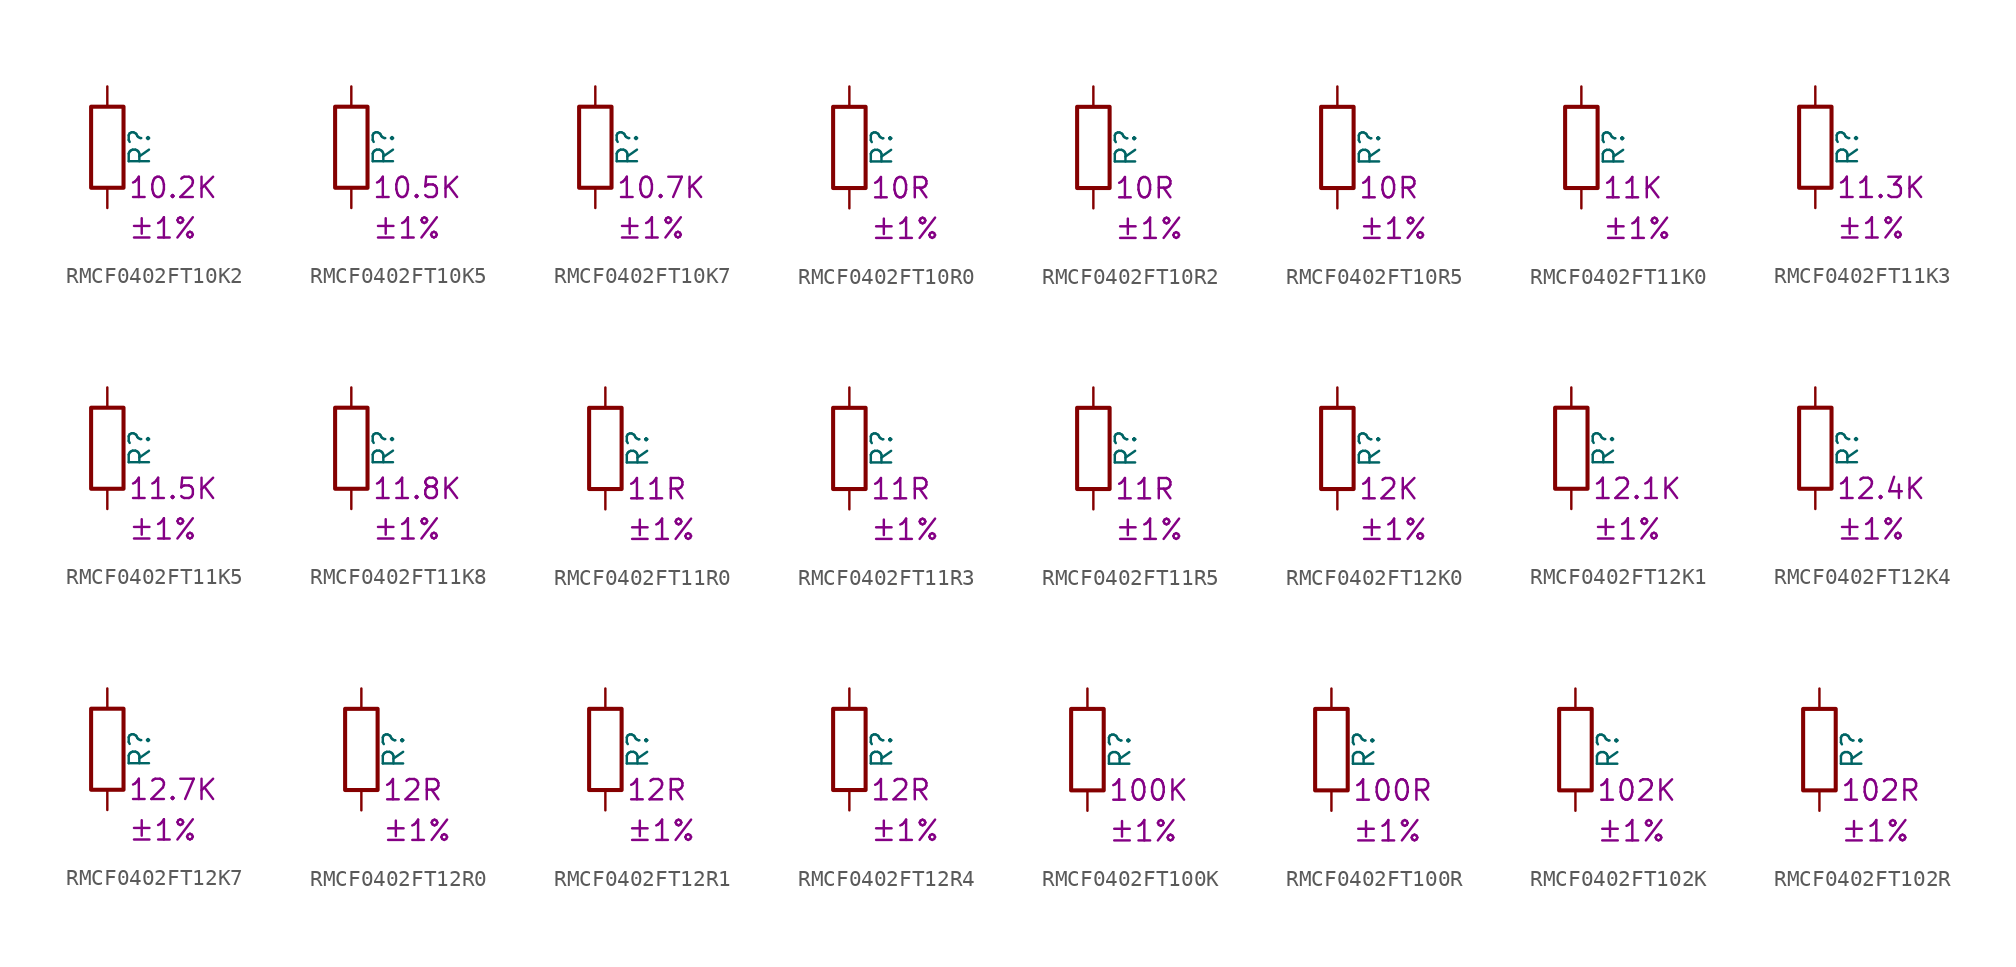
<source format=kicad_sym>
(kicad_symbol_lib
  (version 20220914)
  (generator kicad_symbol_editor)
  (symbol "RMCF0402FT10K2"
    (pin_numbers hide)
    (pin_names
      (offset 0))
    (property "Reference" "R"
      (at 2.032 0 90)
      (effects (font (size 1.27 1.27))))
    (property "Resistance" "10.2K"
      (at 1.27 -2.54 0)
      (effects (font (size 1.27 1.27)) (justify left)))
    (property "Tolerance" "±1%"
      (at 1.27 -5.08 0)
      (effects (font (size 1.27 1.27)) (justify left)))
    (symbol "RMCF0402FT10K2_0_1"
      (rectangle (start -1.016 -2.54) (end 1.016 2.54) (stroke (width 0.254) (type default)) (fill (type none))))
    (symbol "RMCF0402FT10K2_1_1"
      (pin passive line (at 0 3.81 270) (length 1.27) (name "~" (effects (font (size 1.27 1.27)))) (number "1" (effects (font (size 1.27 1.27)))))
      (pin passive line (at 0 -3.81 90) (length 1.27) (name "~" (effects (font (size 1.27 1.27)))) (number "2" (effects (font (size 1.27 1.27)))))))
  (symbol "RMCF0402FT10K5"
    (pin_numbers hide)
    (pin_names
      (offset 0))
    (property "Reference" "R"
      (at 2.032 0 90)
      (effects (font (size 1.27 1.27))))
    (property "Resistance" "10.5K"
      (at 1.27 -2.54 0)
      (effects (font (size 1.27 1.27)) (justify left)))
    (property "Tolerance" "±1%"
      (at 1.27 -5.08 0)
      (effects (font (size 1.27 1.27)) (justify left)))
    (symbol "RMCF0402FT10K5_0_1"
      (rectangle (start -1.016 -2.54) (end 1.016 2.54) (stroke (width 0.254) (type default)) (fill (type none))))
    (symbol "RMCF0402FT10K5_1_1"
      (pin passive line (at 0 3.81 270) (length 1.27) (name "~" (effects (font (size 1.27 1.27)))) (number "1" (effects (font (size 1.27 1.27)))))
      (pin passive line (at 0 -3.81 90) (length 1.27) (name "~" (effects (font (size 1.27 1.27)))) (number "2" (effects (font (size 1.27 1.27)))))))
  (symbol "RMCF0402FT10K7"
    (pin_numbers hide)
    (pin_names
      (offset 0))
    (property "Reference" "R"
      (at 2.032 0 90)
      (effects (font (size 1.27 1.27))))
    (property "Resistance" "10.7K"
      (at 1.27 -2.54 0)
      (effects (font (size 1.27 1.27)) (justify left)))
    (property "Tolerance" "±1%"
      (at 1.27 -5.08 0)
      (effects (font (size 1.27 1.27)) (justify left)))
    (symbol "RMCF0402FT10K7_0_1"
      (rectangle (start -1.016 -2.54) (end 1.016 2.54) (stroke (width 0.254) (type default)) (fill (type none))))
    (symbol "RMCF0402FT10K7_1_1"
      (pin passive line (at 0 3.81 270) (length 1.27) (name "~" (effects (font (size 1.27 1.27)))) (number "1" (effects (font (size 1.27 1.27)))))
      (pin passive line (at 0 -3.81 90) (length 1.27) (name "~" (effects (font (size 1.27 1.27)))) (number "2" (effects (font (size 1.27 1.27)))))))
  (symbol "RMCF0402FT10R0"
    (pin_numbers hide)
    (pin_names
      (offset 0))
    (property "Reference" "R"
      (at 2.032 0 90)
      (effects (font (size 1.27 1.27))))
    (property "Resistance" "10R"
      (at 1.27 -2.54 0)
      (effects (font (size 1.27 1.27)) (justify left)))
    (property "Tolerance" "±1%"
      (at 1.27 -5.08 0)
      (effects (font (size 1.27 1.27)) (justify left)))
    (symbol "RMCF0402FT10R0_0_1"
      (rectangle (start -1.016 -2.54) (end 1.016 2.54) (stroke (width 0.254) (type default)) (fill (type none))))
    (symbol "RMCF0402FT10R0_1_1"
      (pin passive line (at 0 3.81 270) (length 1.27) (name "~" (effects (font (size 1.27 1.27)))) (number "1" (effects (font (size 1.27 1.27)))))
      (pin passive line (at 0 -3.81 90) (length 1.27) (name "~" (effects (font (size 1.27 1.27)))) (number "2" (effects (font (size 1.27 1.27)))))))
  (symbol "RMCF0402FT10R2"
    (pin_numbers hide)
    (pin_names
      (offset 0))
    (property "Reference" "R"
      (at 2.032 0 90)
      (effects (font (size 1.27 1.27))))
    (property "Resistance" "10R"
      (at 1.27 -2.54 0)
      (effects (font (size 1.27 1.27)) (justify left)))
    (property "Tolerance" "±1%"
      (at 1.27 -5.08 0)
      (effects (font (size 1.27 1.27)) (justify left)))
    (symbol "RMCF0402FT10R2_0_1"
      (rectangle (start -1.016 -2.54) (end 1.016 2.54) (stroke (width 0.254) (type default)) (fill (type none))))
    (symbol "RMCF0402FT10R2_1_1"
      (pin passive line (at 0 3.81 270) (length 1.27) (name "~" (effects (font (size 1.27 1.27)))) (number "1" (effects (font (size 1.27 1.27)))))
      (pin passive line (at 0 -3.81 90) (length 1.27) (name "~" (effects (font (size 1.27 1.27)))) (number "2" (effects (font (size 1.27 1.27)))))))
  (symbol "RMCF0402FT10R5"
    (pin_numbers hide)
    (pin_names
      (offset 0))
    (property "Reference" "R"
      (at 2.032 0 90)
      (effects (font (size 1.27 1.27))))
    (property "Resistance" "10R"
      (at 1.27 -2.54 0)
      (effects (font (size 1.27 1.27)) (justify left)))
    (property "Tolerance" "±1%"
      (at 1.27 -5.08 0)
      (effects (font (size 1.27 1.27)) (justify left)))
    (symbol "RMCF0402FT10R5_0_1"
      (rectangle (start -1.016 -2.54) (end 1.016 2.54) (stroke (width 0.254) (type default)) (fill (type none))))
    (symbol "RMCF0402FT10R5_1_1"
      (pin passive line (at 0 3.81 270) (length 1.27) (name "~" (effects (font (size 1.27 1.27)))) (number "1" (effects (font (size 1.27 1.27)))))
      (pin passive line (at 0 -3.81 90) (length 1.27) (name "~" (effects (font (size 1.27 1.27)))) (number "2" (effects (font (size 1.27 1.27)))))))
  (symbol "RMCF0402FT11K0"
    (pin_numbers hide)
    (pin_names
      (offset 0))
    (property "Reference" "R"
      (at 2.032 0 90)
      (effects (font (size 1.27 1.27))))
    (property "Resistance" "11K"
      (at 1.27 -2.54 0)
      (effects (font (size 1.27 1.27)) (justify left)))
    (property "Tolerance" "±1%"
      (at 1.27 -5.08 0)
      (effects (font (size 1.27 1.27)) (justify left)))
    (symbol "RMCF0402FT11K0_0_1"
      (rectangle (start -1.016 -2.54) (end 1.016 2.54) (stroke (width 0.254) (type default)) (fill (type none))))
    (symbol "RMCF0402FT11K0_1_1"
      (pin passive line (at 0 3.81 270) (length 1.27) (name "~" (effects (font (size 1.27 1.27)))) (number "1" (effects (font (size 1.27 1.27)))))
      (pin passive line (at 0 -3.81 90) (length 1.27) (name "~" (effects (font (size 1.27 1.27)))) (number "2" (effects (font (size 1.27 1.27)))))))
  (symbol "RMCF0402FT11K3"
    (pin_numbers hide)
    (pin_names
      (offset 0))
    (property "Reference" "R"
      (at 2.032 0 90)
      (effects (font (size 1.27 1.27))))
    (property "Resistance" "11.3K"
      (at 1.27 -2.54 0)
      (effects (font (size 1.27 1.27)) (justify left)))
    (property "Tolerance" "±1%"
      (at 1.27 -5.08 0)
      (effects (font (size 1.27 1.27)) (justify left)))
    (symbol "RMCF0402FT11K3_0_1"
      (rectangle (start -1.016 -2.54) (end 1.016 2.54) (stroke (width 0.254) (type default)) (fill (type none))))
    (symbol "RMCF0402FT11K3_1_1"
      (pin passive line (at 0 3.81 270) (length 1.27) (name "~" (effects (font (size 1.27 1.27)))) (number "1" (effects (font (size 1.27 1.27)))))
      (pin passive line (at 0 -3.81 90) (length 1.27) (name "~" (effects (font (size 1.27 1.27)))) (number "2" (effects (font (size 1.27 1.27)))))))
  (symbol "RMCF0402FT11K5"
    (pin_numbers hide)
    (pin_names
      (offset 0))
    (property "Reference" "R"
      (at 2.032 0 90)
      (effects (font (size 1.27 1.27))))
    (property "Resistance" "11.5K"
      (at 1.27 -2.54 0)
      (effects (font (size 1.27 1.27)) (justify left)))
    (property "Tolerance" "±1%"
      (at 1.27 -5.08 0)
      (effects (font (size 1.27 1.27)) (justify left)))
    (symbol "RMCF0402FT11K5_0_1"
      (rectangle (start -1.016 -2.54) (end 1.016 2.54) (stroke (width 0.254) (type default)) (fill (type none))))
    (symbol "RMCF0402FT11K5_1_1"
      (pin passive line (at 0 3.81 270) (length 1.27) (name "~" (effects (font (size 1.27 1.27)))) (number "1" (effects (font (size 1.27 1.27)))))
      (pin passive line (at 0 -3.81 90) (length 1.27) (name "~" (effects (font (size 1.27 1.27)))) (number "2" (effects (font (size 1.27 1.27)))))))
  (symbol "RMCF0402FT11K8"
    (pin_numbers hide)
    (pin_names
      (offset 0))
    (property "Reference" "R"
      (at 2.032 0 90)
      (effects (font (size 1.27 1.27))))
    (property "Resistance" "11.8K"
      (at 1.27 -2.54 0)
      (effects (font (size 1.27 1.27)) (justify left)))
    (property "Tolerance" "±1%"
      (at 1.27 -5.08 0)
      (effects (font (size 1.27 1.27)) (justify left)))
    (symbol "RMCF0402FT11K8_0_1"
      (rectangle (start -1.016 -2.54) (end 1.016 2.54) (stroke (width 0.254) (type default)) (fill (type none))))
    (symbol "RMCF0402FT11K8_1_1"
      (pin passive line (at 0 3.81 270) (length 1.27) (name "~" (effects (font (size 1.27 1.27)))) (number "1" (effects (font (size 1.27 1.27)))))
      (pin passive line (at 0 -3.81 90) (length 1.27) (name "~" (effects (font (size 1.27 1.27)))) (number "2" (effects (font (size 1.27 1.27)))))))
  (symbol "RMCF0402FT11R0"
    (pin_numbers hide)
    (pin_names
      (offset 0))
    (property "Reference" "R"
      (at 2.032 0 90)
      (effects (font (size 1.27 1.27))))
    (property "Resistance" "11R"
      (at 1.27 -2.54 0)
      (effects (font (size 1.27 1.27)) (justify left)))
    (property "Tolerance" "±1%"
      (at 1.27 -5.08 0)
      (effects (font (size 1.27 1.27)) (justify left)))
    (symbol "RMCF0402FT11R0_0_1"
      (rectangle (start -1.016 -2.54) (end 1.016 2.54) (stroke (width 0.254) (type default)) (fill (type none))))
    (symbol "RMCF0402FT11R0_1_1"
      (pin passive line (at 0 3.81 270) (length 1.27) (name "~" (effects (font (size 1.27 1.27)))) (number "1" (effects (font (size 1.27 1.27)))))
      (pin passive line (at 0 -3.81 90) (length 1.27) (name "~" (effects (font (size 1.27 1.27)))) (number "2" (effects (font (size 1.27 1.27)))))))
  (symbol "RMCF0402FT11R3"
    (pin_numbers hide)
    (pin_names
      (offset 0))
    (property "Reference" "R"
      (at 2.032 0 90)
      (effects (font (size 1.27 1.27))))
    (property "Resistance" "11R"
      (at 1.27 -2.54 0)
      (effects (font (size 1.27 1.27)) (justify left)))
    (property "Tolerance" "±1%"
      (at 1.27 -5.08 0)
      (effects (font (size 1.27 1.27)) (justify left)))
    (symbol "RMCF0402FT11R3_0_1"
      (rectangle (start -1.016 -2.54) (end 1.016 2.54) (stroke (width 0.254) (type default)) (fill (type none))))
    (symbol "RMCF0402FT11R3_1_1"
      (pin passive line (at 0 3.81 270) (length 1.27) (name "~" (effects (font (size 1.27 1.27)))) (number "1" (effects (font (size 1.27 1.27)))))
      (pin passive line (at 0 -3.81 90) (length 1.27) (name "~" (effects (font (size 1.27 1.27)))) (number "2" (effects (font (size 1.27 1.27)))))))
  (symbol "RMCF0402FT11R5"
    (pin_numbers hide)
    (pin_names
      (offset 0))
    (property "Reference" "R"
      (at 2.032 0 90)
      (effects (font (size 1.27 1.27))))
    (property "Resistance" "11R"
      (at 1.27 -2.54 0)
      (effects (font (size 1.27 1.27)) (justify left)))
    (property "Tolerance" "±1%"
      (at 1.27 -5.08 0)
      (effects (font (size 1.27 1.27)) (justify left)))
    (symbol "RMCF0402FT11R5_0_1"
      (rectangle (start -1.016 -2.54) (end 1.016 2.54) (stroke (width 0.254) (type default)) (fill (type none))))
    (symbol "RMCF0402FT11R5_1_1"
      (pin passive line (at 0 3.81 270) (length 1.27) (name "~" (effects (font (size 1.27 1.27)))) (number "1" (effects (font (size 1.27 1.27)))))
      (pin passive line (at 0 -3.81 90) (length 1.27) (name "~" (effects (font (size 1.27 1.27)))) (number "2" (effects (font (size 1.27 1.27)))))))
  (symbol "RMCF0402FT12K0"
    (pin_numbers hide)
    (pin_names
      (offset 0))
    (property "Reference" "R"
      (at 2.032 0 90)
      (effects (font (size 1.27 1.27))))
    (property "Resistance" "12K"
      (at 1.27 -2.54 0)
      (effects (font (size 1.27 1.27)) (justify left)))
    (property "Tolerance" "±1%"
      (at 1.27 -5.08 0)
      (effects (font (size 1.27 1.27)) (justify left)))
    (symbol "RMCF0402FT12K0_0_1"
      (rectangle (start -1.016 -2.54) (end 1.016 2.54) (stroke (width 0.254) (type default)) (fill (type none))))
    (symbol "RMCF0402FT12K0_1_1"
      (pin passive line (at 0 3.81 270) (length 1.27) (name "~" (effects (font (size 1.27 1.27)))) (number "1" (effects (font (size 1.27 1.27)))))
      (pin passive line (at 0 -3.81 90) (length 1.27) (name "~" (effects (font (size 1.27 1.27)))) (number "2" (effects (font (size 1.27 1.27)))))))
  (symbol "RMCF0402FT12K1"
    (pin_numbers hide)
    (pin_names
      (offset 0))
    (property "Reference" "R"
      (at 2.032 0 90)
      (effects (font (size 1.27 1.27))))
    (property "Resistance" "12.1K"
      (at 1.27 -2.54 0)
      (effects (font (size 1.27 1.27)) (justify left)))
    (property "Tolerance" "±1%"
      (at 1.27 -5.08 0)
      (effects (font (size 1.27 1.27)) (justify left)))
    (symbol "RMCF0402FT12K1_0_1"
      (rectangle (start -1.016 -2.54) (end 1.016 2.54) (stroke (width 0.254) (type default)) (fill (type none))))
    (symbol "RMCF0402FT12K1_1_1"
      (pin passive line (at 0 3.81 270) (length 1.27) (name "~" (effects (font (size 1.27 1.27)))) (number "1" (effects (font (size 1.27 1.27)))))
      (pin passive line (at 0 -3.81 90) (length 1.27) (name "~" (effects (font (size 1.27 1.27)))) (number "2" (effects (font (size 1.27 1.27)))))))
  (symbol "RMCF0402FT12K4"
    (pin_numbers hide)
    (pin_names
      (offset 0))
    (property "Reference" "R"
      (at 2.032 0 90)
      (effects (font (size 1.27 1.27))))
    (property "Resistance" "12.4K"
      (at 1.27 -2.54 0)
      (effects (font (size 1.27 1.27)) (justify left)))
    (property "Tolerance" "±1%"
      (at 1.27 -5.08 0)
      (effects (font (size 1.27 1.27)) (justify left)))
    (symbol "RMCF0402FT12K4_0_1"
      (rectangle (start -1.016 -2.54) (end 1.016 2.54) (stroke (width 0.254) (type default)) (fill (type none))))
    (symbol "RMCF0402FT12K4_1_1"
      (pin passive line (at 0 3.81 270) (length 1.27) (name "~" (effects (font (size 1.27 1.27)))) (number "1" (effects (font (size 1.27 1.27)))))
      (pin passive line (at 0 -3.81 90) (length 1.27) (name "~" (effects (font (size 1.27 1.27)))) (number "2" (effects (font (size 1.27 1.27)))))))
  (symbol "RMCF0402FT12K7"
    (pin_numbers hide)
    (pin_names
      (offset 0))
    (property "Reference" "R"
      (at 2.032 0 90)
      (effects (font (size 1.27 1.27))))
    (property "Resistance" "12.7K"
      (at 1.27 -2.54 0)
      (effects (font (size 1.27 1.27)) (justify left)))
    (property "Tolerance" "±1%"
      (at 1.27 -5.08 0)
      (effects (font (size 1.27 1.27)) (justify left)))
    (symbol "RMCF0402FT12K7_0_1"
      (rectangle (start -1.016 -2.54) (end 1.016 2.54) (stroke (width 0.254) (type default)) (fill (type none))))
    (symbol "RMCF0402FT12K7_1_1"
      (pin passive line (at 0 3.81 270) (length 1.27) (name "~" (effects (font (size 1.27 1.27)))) (number "1" (effects (font (size 1.27 1.27)))))
      (pin passive line (at 0 -3.81 90) (length 1.27) (name "~" (effects (font (size 1.27 1.27)))) (number "2" (effects (font (size 1.27 1.27)))))))
  (symbol "RMCF0402FT12R0"
    (pin_numbers hide)
    (pin_names
      (offset 0))
    (property "Reference" "R"
      (at 2.032 0 90)
      (effects (font (size 1.27 1.27))))
    (property "Resistance" "12R"
      (at 1.27 -2.54 0)
      (effects (font (size 1.27 1.27)) (justify left)))
    (property "Tolerance" "±1%"
      (at 1.27 -5.08 0)
      (effects (font (size 1.27 1.27)) (justify left)))
    (symbol "RMCF0402FT12R0_0_1"
      (rectangle (start -1.016 -2.54) (end 1.016 2.54) (stroke (width 0.254) (type default)) (fill (type none))))
    (symbol "RMCF0402FT12R0_1_1"
      (pin passive line (at 0 3.81 270) (length 1.27) (name "~" (effects (font (size 1.27 1.27)))) (number "1" (effects (font (size 1.27 1.27)))))
      (pin passive line (at 0 -3.81 90) (length 1.27) (name "~" (effects (font (size 1.27 1.27)))) (number "2" (effects (font (size 1.27 1.27)))))))
  (symbol "RMCF0402FT12R1"
    (pin_numbers hide)
    (pin_names
      (offset 0))
    (property "Reference" "R"
      (at 2.032 0 90)
      (effects (font (size 1.27 1.27))))
    (property "Resistance" "12R"
      (at 1.27 -2.54 0)
      (effects (font (size 1.27 1.27)) (justify left)))
    (property "Tolerance" "±1%"
      (at 1.27 -5.08 0)
      (effects (font (size 1.27 1.27)) (justify left)))
    (symbol "RMCF0402FT12R1_0_1"
      (rectangle (start -1.016 -2.54) (end 1.016 2.54) (stroke (width 0.254) (type default)) (fill (type none))))
    (symbol "RMCF0402FT12R1_1_1"
      (pin passive line (at 0 3.81 270) (length 1.27) (name "~" (effects (font (size 1.27 1.27)))) (number "1" (effects (font (size 1.27 1.27)))))
      (pin passive line (at 0 -3.81 90) (length 1.27) (name "~" (effects (font (size 1.27 1.27)))) (number "2" (effects (font (size 1.27 1.27)))))))
  (symbol "RMCF0402FT12R4"
    (pin_numbers hide)
    (pin_names
      (offset 0))
    (property "Reference" "R"
      (at 2.032 0 90)
      (effects (font (size 1.27 1.27))))
    (property "Resistance" "12R"
      (at 1.27 -2.54 0)
      (effects (font (size 1.27 1.27)) (justify left)))
    (property "Tolerance" "±1%"
      (at 1.27 -5.08 0)
      (effects (font (size 1.27 1.27)) (justify left)))
    (symbol "RMCF0402FT12R4_0_1"
      (rectangle (start -1.016 -2.54) (end 1.016 2.54) (stroke (width 0.254) (type default)) (fill (type none))))
    (symbol "RMCF0402FT12R4_1_1"
      (pin passive line (at 0 3.81 270) (length 1.27) (name "~" (effects (font (size 1.27 1.27)))) (number "1" (effects (font (size 1.27 1.27)))))
      (pin passive line (at 0 -3.81 90) (length 1.27) (name "~" (effects (font (size 1.27 1.27)))) (number "2" (effects (font (size 1.27 1.27)))))))
  (symbol "RMCF0402FT100K"
    (pin_numbers hide)
    (pin_names
      (offset 0))
    (property "Reference" "R"
      (at 2.032 0 90)
      (effects (font (size 1.27 1.27))))
    (property "Resistance" "100K"
      (at 1.27 -2.54 0)
      (effects (font (size 1.27 1.27)) (justify left)))
    (property "Tolerance" "±1%"
      (at 1.27 -5.08 0)
      (effects (font (size 1.27 1.27)) (justify left)))
    (symbol "RMCF0402FT100K_0_1"
      (rectangle (start -1.016 -2.54) (end 1.016 2.54) (stroke (width 0.254) (type default)) (fill (type none))))
    (symbol "RMCF0402FT100K_1_1"
      (pin passive line (at 0 3.81 270) (length 1.27) (name "~" (effects (font (size 1.27 1.27)))) (number "1" (effects (font (size 1.27 1.27)))))
      (pin passive line (at 0 -3.81 90) (length 1.27) (name "~" (effects (font (size 1.27 1.27)))) (number "2" (effects (font (size 1.27 1.27)))))))
  (symbol "RMCF0402FT100R"
    (pin_numbers hide)
    (pin_names
      (offset 0))
    (property "Reference" "R"
      (at 2.032 0 90)
      (effects (font (size 1.27 1.27))))
    (property "Resistance" "100R"
      (at 1.27 -2.54 0)
      (effects (font (size 1.27 1.27)) (justify left)))
    (property "Tolerance" "±1%"
      (at 1.27 -5.08 0)
      (effects (font (size 1.27 1.27)) (justify left)))
    (symbol "RMCF0402FT100R_0_1"
      (rectangle (start -1.016 -2.54) (end 1.016 2.54) (stroke (width 0.254) (type default)) (fill (type none))))
    (symbol "RMCF0402FT100R_1_1"
      (pin passive line (at 0 3.81 270) (length 1.27) (name "~" (effects (font (size 1.27 1.27)))) (number "1" (effects (font (size 1.27 1.27)))))
      (pin passive line (at 0 -3.81 90) (length 1.27) (name "~" (effects (font (size 1.27 1.27)))) (number "2" (effects (font (size 1.27 1.27)))))))
  (symbol "RMCF0402FT102K"
    (pin_numbers hide)
    (pin_names
      (offset 0))
    (property "Reference" "R"
      (at 2.032 0 90)
      (effects (font (size 1.27 1.27))))
    (property "Resistance" "102K"
      (at 1.27 -2.54 0)
      (effects (font (size 1.27 1.27)) (justify left)))
    (property "Tolerance" "±1%"
      (at 1.27 -5.08 0)
      (effects (font (size 1.27 1.27)) (justify left)))
    (symbol "RMCF0402FT102K_0_1"
      (rectangle (start -1.016 -2.54) (end 1.016 2.54) (stroke (width 0.254) (type default)) (fill (type none))))
    (symbol "RMCF0402FT102K_1_1"
      (pin passive line (at 0 3.81 270) (length 1.27) (name "~" (effects (font (size 1.27 1.27)))) (number "1" (effects (font (size 1.27 1.27)))))
      (pin passive line (at 0 -3.81 90) (length 1.27) (name "~" (effects (font (size 1.27 1.27)))) (number "2" (effects (font (size 1.27 1.27)))))))
  (symbol "RMCF0402FT102R"
    (pin_numbers hide)
    (pin_names
      (offset 0))
    (property "Reference" "R"
      (at 2.032 0 90)
      (effects (font (size 1.27 1.27))))
    (property "Resistance" "102R"
      (at 1.27 -2.54 0)
      (effects (font (size 1.27 1.27)) (justify left)))
    (property "Tolerance" "±1%"
      (at 1.27 -5.08 0)
      (effects (font (size 1.27 1.27)) (justify left)))
    (symbol "RMCF0402FT102R_0_1"
      (rectangle (start -1.016 -2.54) (end 1.016 2.54) (stroke (width 0.254) (type default)) (fill (type none))))
    (symbol "RMCF0402FT102R_1_1"
      (pin passive line (at 0 3.81 270) (length 1.27) (name "~" (effects (font (size 1.27 1.27)))) (number "1" (effects (font (size 1.27 1.27)))))
      (pin passive line (at 0 -3.81 90) (length 1.27) (name "~" (effects (font (size 1.27 1.27)))) (number "2" (effects (font (size 1.27 1.27))))))))
</source>
